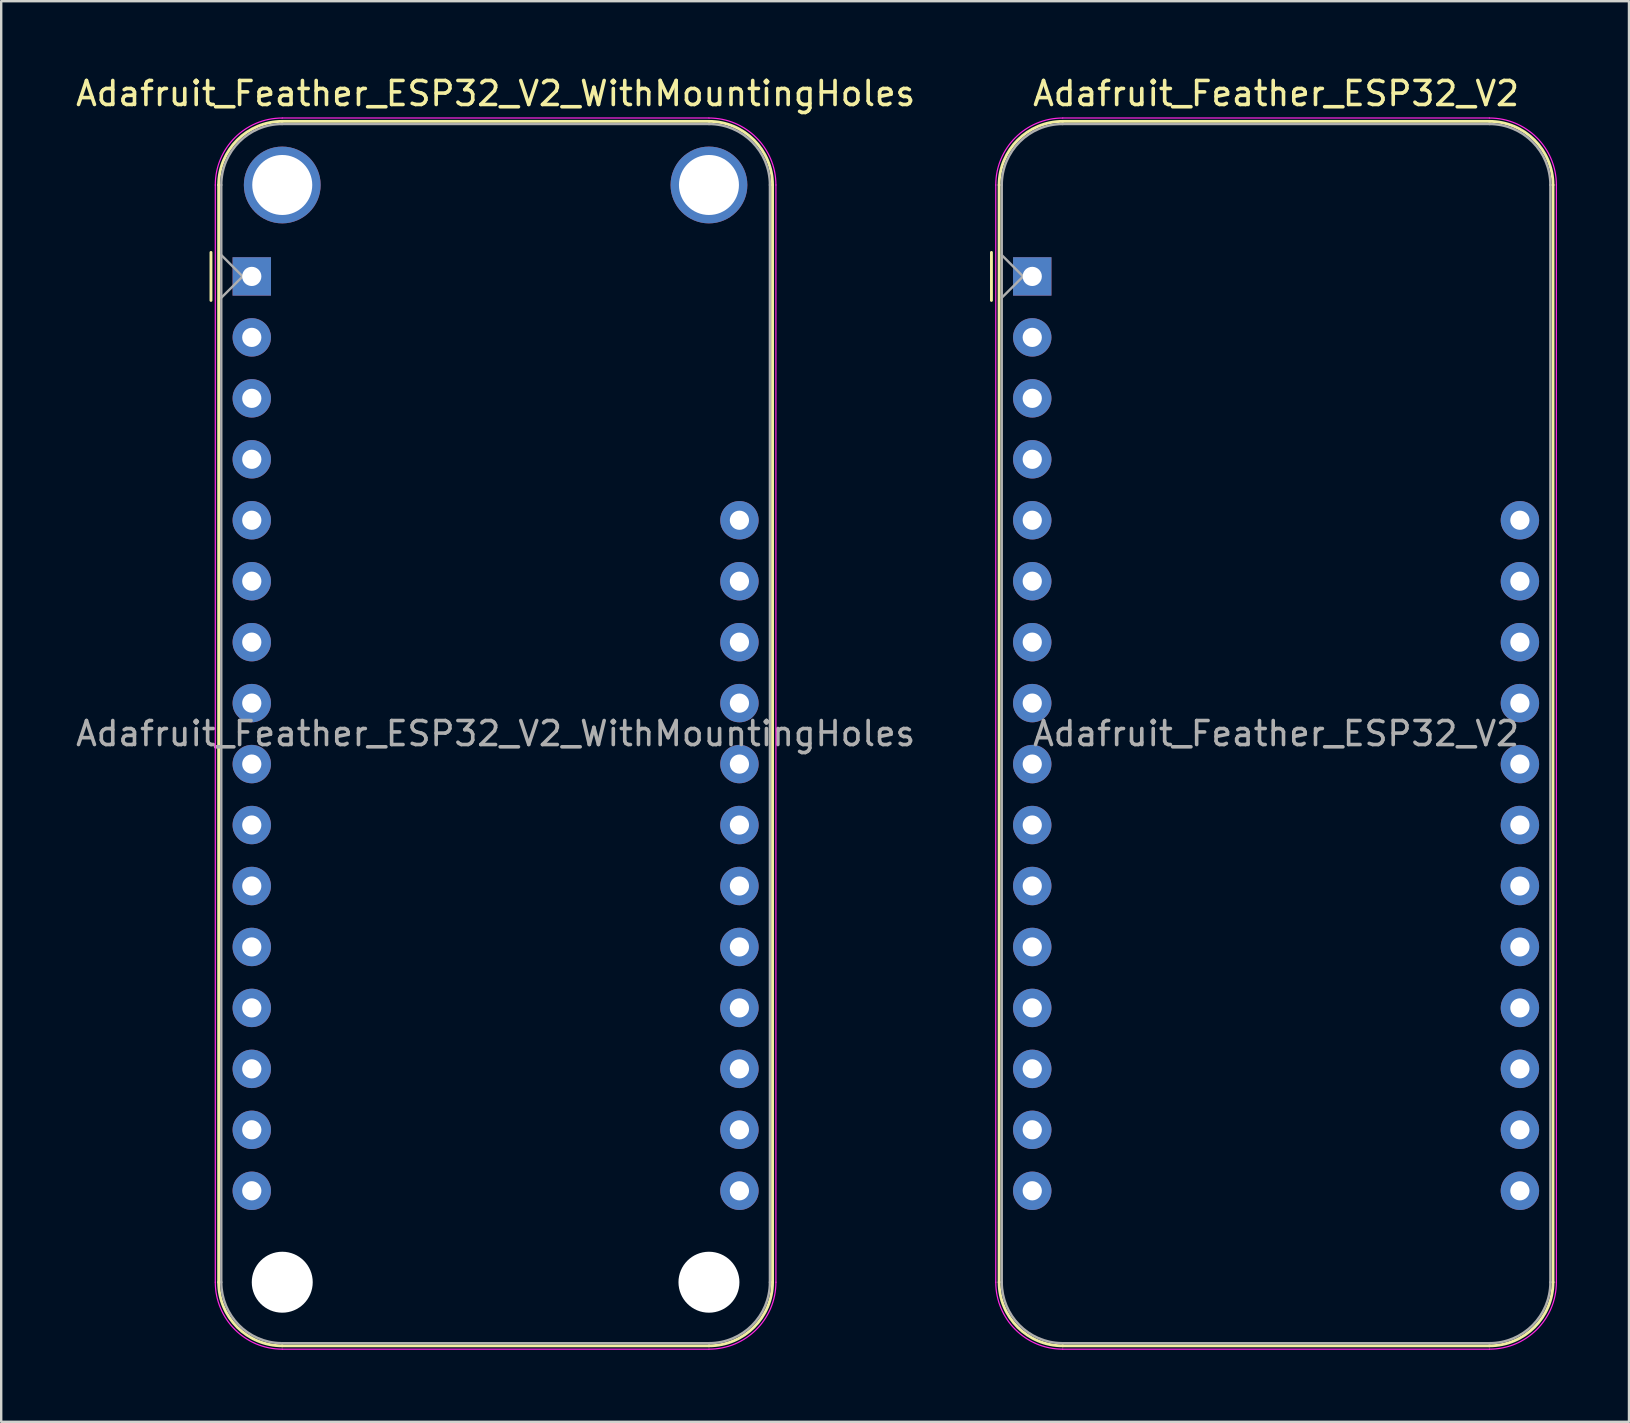
<source format=kicad_pcb>
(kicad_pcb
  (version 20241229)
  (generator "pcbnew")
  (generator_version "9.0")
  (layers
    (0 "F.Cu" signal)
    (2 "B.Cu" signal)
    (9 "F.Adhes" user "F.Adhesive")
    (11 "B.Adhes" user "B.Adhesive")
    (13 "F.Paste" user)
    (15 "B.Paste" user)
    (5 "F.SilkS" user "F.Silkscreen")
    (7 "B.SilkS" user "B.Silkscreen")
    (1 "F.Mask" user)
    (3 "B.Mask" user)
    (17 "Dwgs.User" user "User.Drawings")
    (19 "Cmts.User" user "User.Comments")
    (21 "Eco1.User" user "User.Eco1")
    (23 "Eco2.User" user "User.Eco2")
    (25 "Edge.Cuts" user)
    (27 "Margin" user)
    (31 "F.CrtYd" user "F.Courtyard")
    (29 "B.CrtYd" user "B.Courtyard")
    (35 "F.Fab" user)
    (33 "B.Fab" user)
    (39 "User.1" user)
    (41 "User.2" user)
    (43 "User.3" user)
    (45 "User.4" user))
  (footprint "Adafruit_Feather_ESP32_V2_WithMountingHoles"
    (layer "F.Cu")
    (at 7.441 8.468)
    (property "Reference" "Adafruit_Feather_ESP32_V2_WithMountingHoles" (at 10.16 -7.62 0) (layer "F.SilkS") (effects (font (size 1 1) (thickness 0.15))))
    (attr through_hole)
    (fp_line (start -1.7 1) (end -1.7 -1) (stroke (width 0.12) (type solid)) (layer "F.SilkS"))
    (fp_line (start -1.38 -3.81) (end -1.38 41.91) (stroke (width 0.12) (type solid)) (layer "F.SilkS"))
    (fp_line (start 19.05 -6.46) (end 1.27 -6.46) (stroke (width 0.12) (type solid)) (layer "F.SilkS"))
    (fp_line (start 19.05 44.56) (end 1.27 44.56) (stroke (width 0.12) (type solid)) (layer "F.SilkS"))
    (fp_line (start 21.7 -3.81) (end 21.7 41.91) (stroke (width 0.12) (type solid)) (layer "F.SilkS"))
    (fp_arc (start -1.38 -3.81) (mid -0.603833 -5.683833) (end 1.27 -6.46) (stroke (width 0.12) (type solid)) (layer "F.SilkS"))
    (fp_arc (start 1.27 44.56) (mid -0.603833 43.783833) (end -1.38 41.91) (stroke (width 0.12) (type solid)) (layer "F.SilkS"))
    (fp_arc (start 19.05 -6.46) (mid 20.923833 -5.683833) (end 21.7 -3.81) (stroke (width 0.12) (type solid)) (layer "F.SilkS"))
    (fp_arc (start 21.7 41.91) (mid 20.923833 43.783833) (end 19.05 44.56) (stroke (width 0.12) (type solid)) (layer "F.SilkS"))
    (fp_line (start -1.52 41.91) (end -1.52 -3.81) (stroke (width 0.05) (type solid)) (layer "F.CrtYd"))
    (fp_line (start 19.05 -6.6) (end 1.27 -6.6) (stroke (width 0.05) (type solid)) (layer "F.CrtYd"))
    (fp_line (start 19.05 44.7) (end 1.27 44.7) (stroke (width 0.05) (type solid)) (layer "F.CrtYd"))
    (fp_line (start 21.84 41.91) (end 21.84 -3.81) (stroke (width 0.05) (type solid)) (layer "F.CrtYd"))
    (fp_arc (start -1.52 -3.81) (mid -0.702828 -5.782828) (end 1.27 -6.6) (stroke (width 0.05) (type solid)) (layer "F.CrtYd"))
    (fp_arc (start 1.27 44.7) (mid -0.702828 43.882828) (end -1.52 41.91) (stroke (width 0.05) (type solid)) (layer "F.CrtYd"))
    (fp_arc (start 19.05 -6.6) (mid 21.022828 -5.782828) (end 21.84 -3.81) (stroke (width 0.05) (type solid)) (layer "F.CrtYd"))
    (fp_arc (start 21.84 41.91) (mid 21.022828 43.882828) (end 19.05 44.7) (stroke (width 0.05) (type solid)) (layer "F.CrtYd"))
    (fp_line (start -1.27 -3.81) (end -1.27 41.91) (stroke (width 0.1) (type solid)) (layer "F.Fab"))
    (fp_line (start -1.27 -0.889) (end -0.381 0) (stroke (width 0.1) (type solid)) (layer "F.Fab"))
    (fp_line (start -0.381 0) (end -1.27 0.889) (stroke (width 0.1) (type solid)) (layer "F.Fab"))
    (fp_line (start 1.27 44.45) (end 19.05 44.45) (stroke (width 0.1) (type solid)) (layer "F.Fab"))
    (fp_line (start 19.05 -6.35) (end 1.27 -6.35) (stroke (width 0.1) (type solid)) (layer "F.Fab"))
    (fp_line (start 21.59 41.91) (end 21.59 -3.81) (stroke (width 0.1) (type solid)) (layer "F.Fab"))
    (fp_arc (start -1.27 -3.81) (mid -0.526051 -5.606051) (end 1.27 -6.35) (stroke (width 0.1) (type solid)) (layer "F.Fab"))
    (fp_arc (start 1.221238 44.449532) (mid -0.543209 43.688728) (end -1.27 41.91) (stroke (width 0.1) (type solid)) (layer "F.Fab"))
    (fp_arc (start 19.05 -6.35) (mid 20.846051 -5.606051) (end 21.59 -3.81) (stroke (width 0.1) (type solid)) (layer "F.Fab"))
    (fp_arc (start 21.59 41.91) (mid 20.846051 43.706051) (end 19.05 44.45) (stroke (width 0.1) (type solid)) (layer "F.Fab"))
    (fp_text user "${REFERENCE}" (at 10.16 19.05 180) (layer "F.Fab") (effects (font (size 1 1) (thickness 0.15))))
    (pad "" np_thru_hole circle (at 1.27 -3.81 270) (size 3.2 3.2) (drill 2.5) (layers "*.Cu" "*.Mask"))
    (pad "" np_thru_hole circle (at 1.27 41.91 270) (size 2.54 2.54) (drill 2.54) (layers "*.Cu" "*.Mask"))
    (pad "" np_thru_hole circle (at 19.05 -3.81 270) (size 3.2 3.2) (drill 2.5) (layers "*.Cu" "*.Mask"))
    (pad "" np_thru_hole circle (at 19.05 41.91 270) (size 2.54 2.54) (drill 2.54) (layers "*.Cu" "*.Mask"))
    (pad "1" thru_hole rect (at 0 0 180) (size 1.6 1.6) (drill 0.8) (layers "*.Cu" "*.Mask"))
    (pad "2" thru_hole circle (at 0 2.54 180) (size 1.6 1.6) (drill 0.8) (layers "*.Cu" "*.Mask"))
    (pad "3" thru_hole circle (at 0 5.08 180) (size 1.6 1.6) (drill 0.8) (layers "*.Cu" "*.Mask"))
    (pad "4" thru_hole circle (at 0 7.62 180) (size 1.6 1.6) (drill 0.8) (layers "*.Cu" "*.Mask"))
    (pad "5" thru_hole circle (at 0 10.16 180) (size 1.6 1.6) (drill 0.8) (layers "*.Cu" "*.Mask"))
    (pad "6" thru_hole circle (at 0 12.7 180) (size 1.6 1.6) (drill 0.8) (layers "*.Cu" "*.Mask"))
    (pad "7" thru_hole circle (at 0 15.24 180) (size 1.6 1.6) (drill 0.8) (layers "*.Cu" "*.Mask"))
    (pad "8" thru_hole circle (at 0 17.78 180) (size 1.6 1.6) (drill 0.8) (layers "*.Cu" "*.Mask"))
    (pad "9" thru_hole circle (at 0 20.32 180) (size 1.6 1.6) (drill 0.8) (layers "*.Cu" "*.Mask"))
    (pad "10" thru_hole circle (at 0 22.86 180) (size 1.6 1.6) (drill 0.8) (layers "*.Cu" "*.Mask"))
    (pad "11" thru_hole circle (at 0 25.4 180) (size 1.6 1.6) (drill 0.8) (layers "*.Cu" "*.Mask"))
    (pad "12" thru_hole circle (at 0 27.94 180) (size 1.6 1.6) (drill 0.8) (layers "*.Cu" "*.Mask"))
    (pad "13" thru_hole circle (at 0 30.48 180) (size 1.6 1.6) (drill 0.8) (layers "*.Cu" "*.Mask"))
    (pad "14" thru_hole circle (at 0 33.02 180) (size 1.6 1.6) (drill 0.8) (layers "*.Cu" "*.Mask"))
    (pad "15" thru_hole circle (at 0 35.56 180) (size 1.6 1.6) (drill 0.8) (layers "*.Cu" "*.Mask"))
    (pad "16" thru_hole circle (at 0 38.1 180) (size 1.6 1.6) (drill 0.8) (layers "*.Cu" "*.Mask"))
    (pad "17" thru_hole circle (at 20.32 38.1 180) (size 1.6 1.6) (drill 0.8) (layers "*.Cu" "*.Mask"))
    (pad "18" thru_hole circle (at 20.32 35.56 180) (size 1.6 1.6) (drill 0.8) (layers "*.Cu" "*.Mask"))
    (pad "19" thru_hole circle (at 20.32 33.02 180) (size 1.6 1.6) (drill 0.8) (layers "*.Cu" "*.Mask"))
    (pad "20" thru_hole circle (at 20.32 30.48 180) (size 1.6 1.6) (drill 0.8) (layers "*.Cu" "*.Mask"))
    (pad "21" thru_hole circle (at 20.32 27.94 180) (size 1.6 1.6) (drill 0.8) (layers "*.Cu" "*.Mask"))
    (pad "22" thru_hole circle (at 20.32 25.4 180) (size 1.6 1.6) (drill 0.8) (layers "*.Cu" "*.Mask"))
    (pad "23" thru_hole circle (at 20.32 22.86 180) (size 1.6 1.6) (drill 0.8) (layers "*.Cu" "*.Mask"))
    (pad "24" thru_hole circle (at 20.32 20.32 180) (size 1.6 1.6) (drill 0.8) (layers "*.Cu" "*.Mask"))
    (pad "25" thru_hole circle (at 20.32 17.78 180) (size 1.6 1.6) (drill 0.8) (layers "*.Cu" "*.Mask"))
    (pad "26" thru_hole circle (at 20.32 15.24 180) (size 1.6 1.6) (drill 0.8) (layers "*.Cu" "*.Mask"))
    (pad "27" thru_hole circle (at 20.32 12.7 180) (size 1.6 1.6) (drill 0.8) (layers "*.Cu" "*.Mask"))
    (pad "28" thru_hole circle (at 20.32 10.16 180) (size 1.6 1.6) (drill 0.8) (layers "*.Cu" "*.Mask")))
  (footprint "Adafruit_Feather_ESP32_V2"
    (layer "F.Cu")
    (at 39.962 8.468)
    (property "Reference" "Adafruit_Feather_ESP32_V2" (at 10.16 -7.62 0) (layer "F.SilkS") (effects (font (size 1 1) (thickness 0.15))))
    (attr through_hole)
    (fp_line (start -1.7 1) (end -1.7 -1) (stroke (width 0.12) (type solid)) (layer "F.SilkS"))
    (fp_line (start -1.38 -3.81) (end -1.38 41.91) (stroke (width 0.12) (type solid)) (layer "F.SilkS"))
    (fp_line (start 19.05 -6.46) (end 1.27 -6.46) (stroke (width 0.12) (type solid)) (layer "F.SilkS"))
    (fp_line (start 19.05 44.56) (end 1.27 44.56) (stroke (width 0.12) (type solid)) (layer "F.SilkS"))
    (fp_line (start 21.7 -3.81) (end 21.7 41.91) (stroke (width 0.12) (type solid)) (layer "F.SilkS"))
    (fp_arc (start -1.38 -3.81) (mid -0.603833 -5.683833) (end 1.27 -6.46) (stroke (width 0.12) (type solid)) (layer "F.SilkS"))
    (fp_arc (start 1.27 44.56) (mid -0.603833 43.783833) (end -1.38 41.91) (stroke (width 0.12) (type solid)) (layer "F.SilkS"))
    (fp_arc (start 19.05 -6.46) (mid 20.923833 -5.683833) (end 21.7 -3.81) (stroke (width 0.12) (type solid)) (layer "F.SilkS"))
    (fp_arc (start 21.7 41.91) (mid 20.923833 43.783833) (end 19.05 44.56) (stroke (width 0.12) (type solid)) (layer "F.SilkS"))
    (fp_line (start -1.52 41.91) (end -1.52 -3.81) (stroke (width 0.05) (type solid)) (layer "F.CrtYd"))
    (fp_line (start 19.05 -6.6) (end 1.27 -6.6) (stroke (width 0.05) (type solid)) (layer "F.CrtYd"))
    (fp_line (start 19.05 44.7) (end 1.27 44.7) (stroke (width 0.05) (type solid)) (layer "F.CrtYd"))
    (fp_line (start 21.84 41.91) (end 21.84 -3.81) (stroke (width 0.05) (type solid)) (layer "F.CrtYd"))
    (fp_arc (start -1.52 -3.81) (mid -0.702828 -5.782828) (end 1.27 -6.6) (stroke (width 0.05) (type solid)) (layer "F.CrtYd"))
    (fp_arc (start 1.27 44.7) (mid -0.702828 43.882828) (end -1.52 41.91) (stroke (width 0.05) (type solid)) (layer "F.CrtYd"))
    (fp_arc (start 19.05 -6.6) (mid 21.022828 -5.782828) (end 21.84 -3.81) (stroke (width 0.05) (type solid)) (layer "F.CrtYd"))
    (fp_arc (start 21.84 41.91) (mid 21.022828 43.882828) (end 19.05 44.7) (stroke (width 0.05) (type solid)) (layer "F.CrtYd"))
    (fp_line (start -1.27 -3.81) (end -1.27 41.91) (stroke (width 0.1) (type solid)) (layer "F.Fab"))
    (fp_line (start -1.27 -0.889) (end -0.381 0) (stroke (width 0.1) (type solid)) (layer "F.Fab"))
    (fp_line (start -0.381 0) (end -1.27 0.889) (stroke (width 0.1) (type solid)) (layer "F.Fab"))
    (fp_line (start 1.27 44.45) (end 19.05 44.45) (stroke (width 0.1) (type solid)) (layer "F.Fab"))
    (fp_line (start 19.05 -6.35) (end 1.27 -6.35) (stroke (width 0.1) (type solid)) (layer "F.Fab"))
    (fp_line (start 21.59 41.91) (end 21.59 -3.81) (stroke (width 0.1) (type solid)) (layer "F.Fab"))
    (fp_arc (start -1.27 -3.81) (mid -0.526051 -5.606051) (end 1.27 -6.35) (stroke (width 0.1) (type solid)) (layer "F.Fab"))
    (fp_arc (start 1.221238 44.449532) (mid -0.543209 43.688728) (end -1.27 41.91) (stroke (width 0.1) (type solid)) (layer "F.Fab"))
    (fp_arc (start 19.05 -6.35) (mid 20.846051 -5.606051) (end 21.59 -3.81) (stroke (width 0.1) (type solid)) (layer "F.Fab"))
    (fp_arc (start 21.59 41.91) (mid 20.846051 43.706051) (end 19.05 44.45) (stroke (width 0.1) (type solid)) (layer "F.Fab"))
    (fp_text user "${REFERENCE}" (at 10.16 19.05 180) (layer "F.Fab") (effects (font (size 1 1) (thickness 0.15))))
    (pad "1" thru_hole rect (at 0 0 180) (size 1.6 1.6) (drill 0.8) (layers "*.Cu" "*.Mask"))
    (pad "2" thru_hole circle (at 0 2.54 180) (size 1.6 1.6) (drill 0.8) (layers "*.Cu" "*.Mask"))
    (pad "3" thru_hole circle (at 0 5.08 180) (size 1.6 1.6) (drill 0.8) (layers "*.Cu" "*.Mask"))
    (pad "4" thru_hole circle (at 0 7.62 180) (size 1.6 1.6) (drill 0.8) (layers "*.Cu" "*.Mask"))
    (pad "5" thru_hole circle (at 0 10.16 180) (size 1.6 1.6) (drill 0.8) (layers "*.Cu" "*.Mask"))
    (pad "6" thru_hole circle (at 0 12.7 180) (size 1.6 1.6) (drill 0.8) (layers "*.Cu" "*.Mask"))
    (pad "7" thru_hole circle (at 0 15.24 180) (size 1.6 1.6) (drill 0.8) (layers "*.Cu" "*.Mask"))
    (pad "8" thru_hole circle (at 0 17.78 180) (size 1.6 1.6) (drill 0.8) (layers "*.Cu" "*.Mask"))
    (pad "9" thru_hole circle (at 0 20.32 180) (size 1.6 1.6) (drill 0.8) (layers "*.Cu" "*.Mask"))
    (pad "10" thru_hole circle (at 0 22.86 180) (size 1.6 1.6) (drill 0.8) (layers "*.Cu" "*.Mask"))
    (pad "11" thru_hole circle (at 0 25.4 180) (size 1.6 1.6) (drill 0.8) (layers "*.Cu" "*.Mask"))
    (pad "12" thru_hole circle (at 0 27.94 180) (size 1.6 1.6) (drill 0.8) (layers "*.Cu" "*.Mask"))
    (pad "13" thru_hole circle (at 0 30.48 180) (size 1.6 1.6) (drill 0.8) (layers "*.Cu" "*.Mask"))
    (pad "14" thru_hole circle (at 0 33.02 180) (size 1.6 1.6) (drill 0.8) (layers "*.Cu" "*.Mask"))
    (pad "15" thru_hole circle (at 0 35.56 180) (size 1.6 1.6) (drill 0.8) (layers "*.Cu" "*.Mask"))
    (pad "16" thru_hole circle (at 0 38.1 180) (size 1.6 1.6) (drill 0.8) (layers "*.Cu" "*.Mask"))
    (pad "17" thru_hole circle (at 20.32 38.1 180) (size 1.6 1.6) (drill 0.8) (layers "*.Cu" "*.Mask"))
    (pad "18" thru_hole circle (at 20.32 35.56 180) (size 1.6 1.6) (drill 0.8) (layers "*.Cu" "*.Mask"))
    (pad "19" thru_hole circle (at 20.32 33.02 180) (size 1.6 1.6) (drill 0.8) (layers "*.Cu" "*.Mask"))
    (pad "20" thru_hole circle (at 20.32 30.48 180) (size 1.6 1.6) (drill 0.8) (layers "*.Cu" "*.Mask"))
    (pad "21" thru_hole circle (at 20.32 27.94 180) (size 1.6 1.6) (drill 0.8) (layers "*.Cu" "*.Mask"))
    (pad "22" thru_hole circle (at 20.32 25.4 180) (size 1.6 1.6) (drill 0.8) (layers "*.Cu" "*.Mask"))
    (pad "23" thru_hole circle (at 20.32 22.86 180) (size 1.6 1.6) (drill 0.8) (layers "*.Cu" "*.Mask"))
    (pad "24" thru_hole circle (at 20.32 20.32 180) (size 1.6 1.6) (drill 0.8) (layers "*.Cu" "*.Mask"))
    (pad "25" thru_hole circle (at 20.32 17.78 180) (size 1.6 1.6) (drill 0.8) (layers "*.Cu" "*.Mask"))
    (pad "26" thru_hole circle (at 20.32 15.24 180) (size 1.6 1.6) (drill 0.8) (layers "*.Cu" "*.Mask"))
    (pad "27" thru_hole circle (at 20.32 12.7 180) (size 1.6 1.6) (drill 0.8) (layers "*.Cu" "*.Mask"))
    (pad "28" thru_hole circle (at 20.32 10.16 180) (size 1.6 1.6) (drill 0.8) (layers "*.Cu" "*.Mask")))
  (gr_rect
    (start -3 -3)
    (end 64.827 56.193)
    (stroke (width 0.1) (type default))
    (fill no)
    (layer "Edge.Cuts")))
</source>
